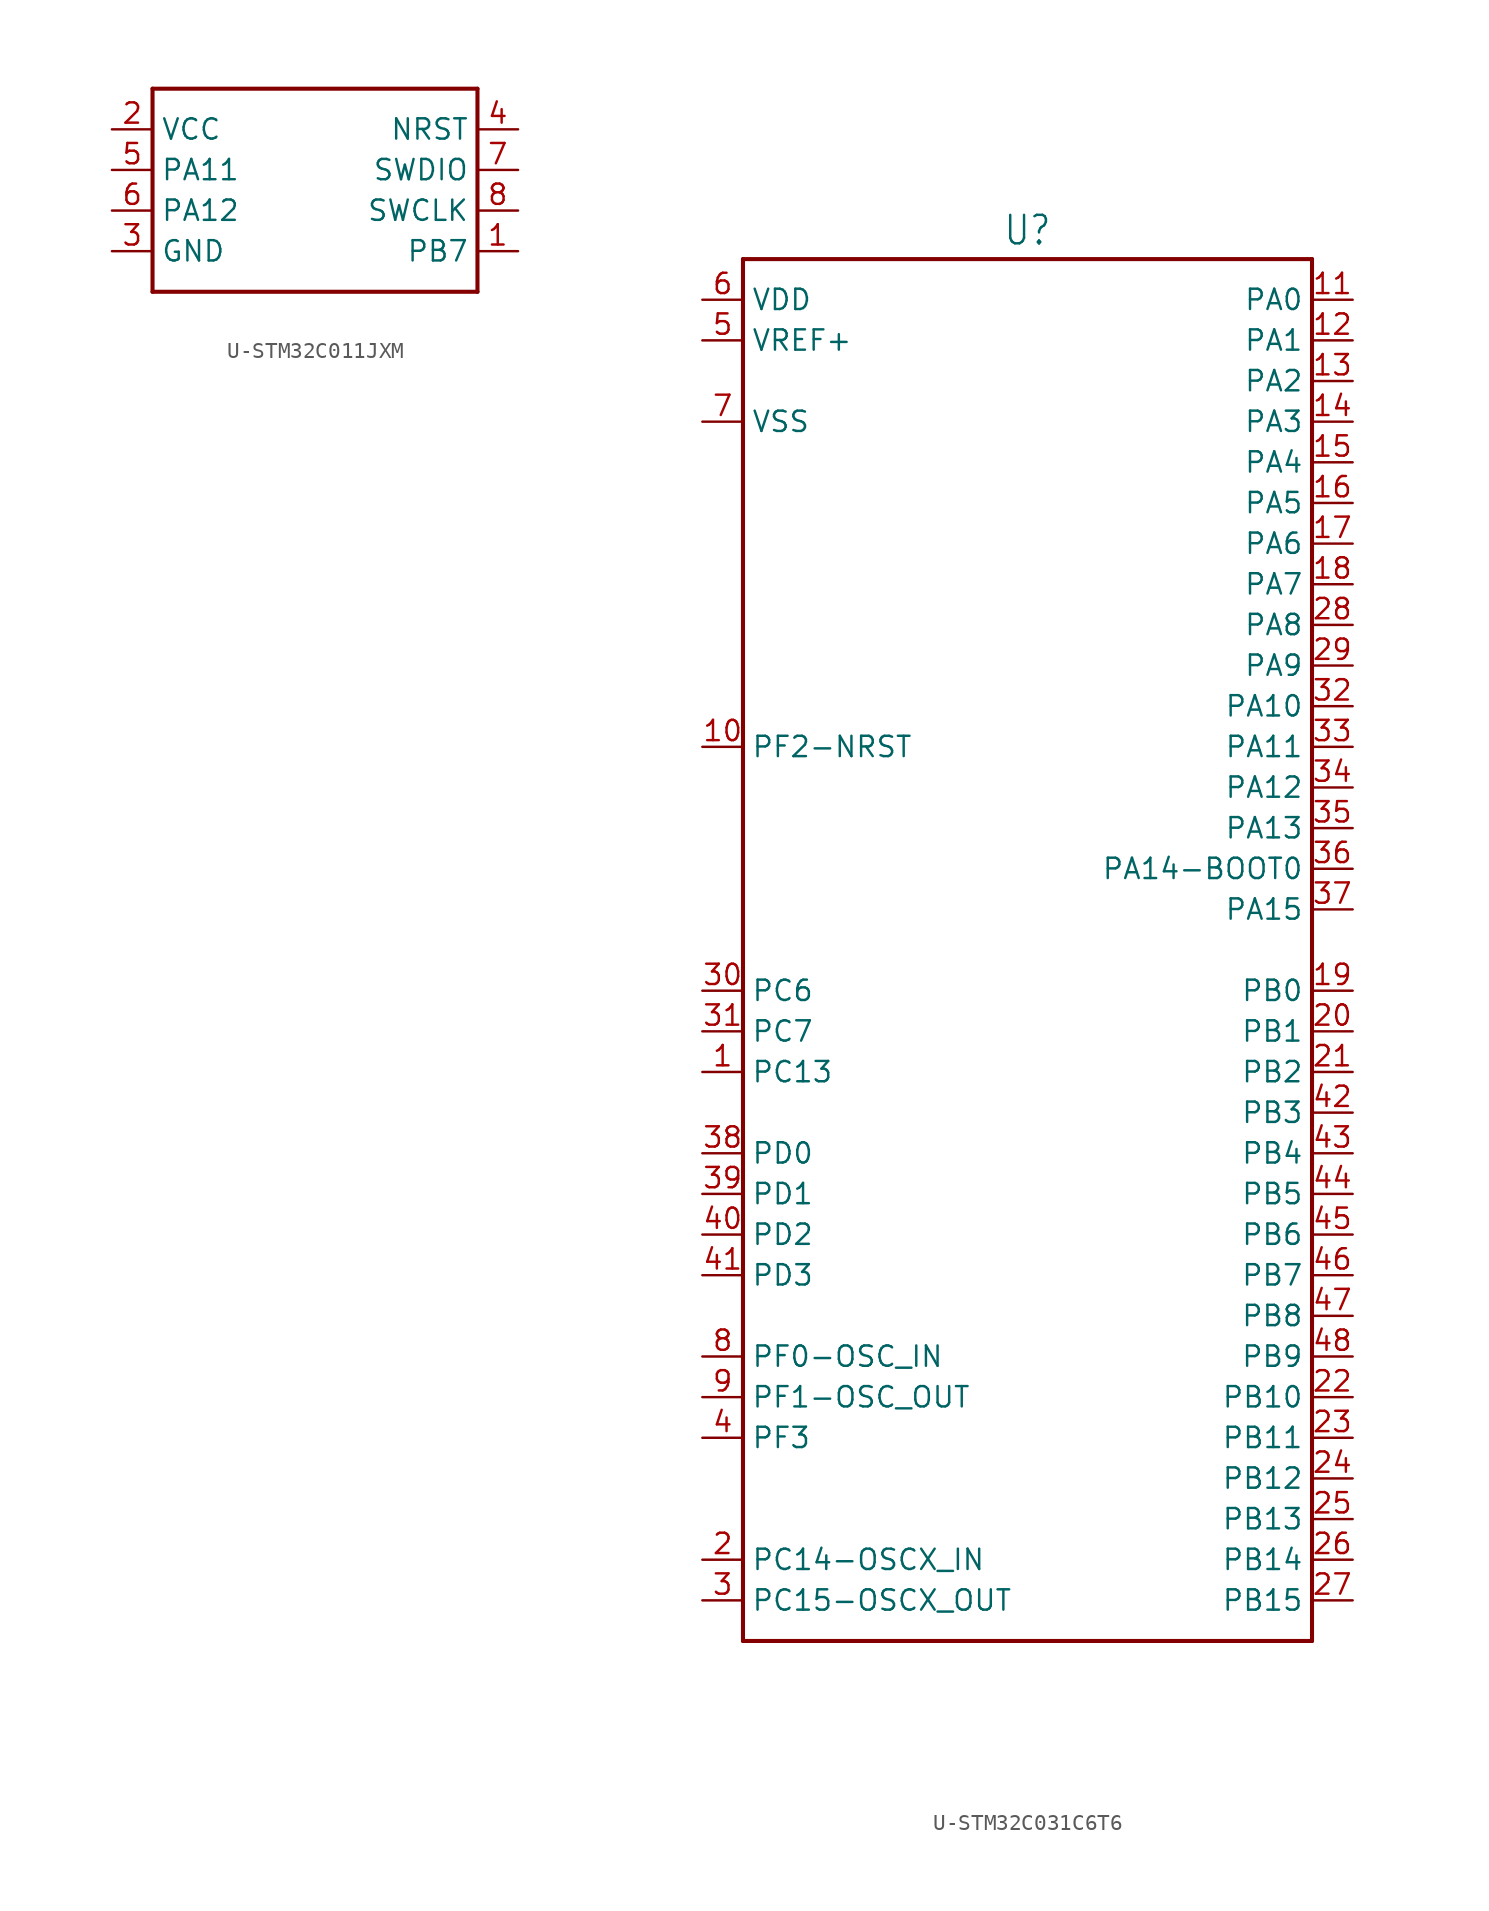
<source format=kicad_sym>
(kicad_symbol_lib
  (version 20231120)
  (generator "kicad_symbol_editor")
  (generator_version "8.0")
  (symbol "U-STM32C011JXM"
    (property "Reference" ""
      (at 0 7.112 0)
      (effects (font (size 1.778 1.511)) (justify bottom) (hide yes)))
    (property "Value" ""
      (at 0 -7.112 0)
      (effects (font (size 1.778 1.511)) (justify top)))
    (property "ki_locked" ""
      (at 0 0 0)
      (effects (font (size 1.27 1.27))))
    (symbol "U-STM32C011JXM_1_0"
      (polyline (pts (xy -10.16 -6.35) (xy 10.16 -6.35)) (stroke (width 0.254) (type solid)) (fill (type none)))
      (polyline (pts (xy -10.16 6.35) (xy -10.16 -6.35)) (stroke (width 0.254) (type solid)) (fill (type none)))
      (polyline (pts (xy 10.16 -6.35) (xy 10.16 6.35)) (stroke (width 0.254) (type solid)) (fill (type none)))
      (polyline (pts (xy 10.16 6.35) (xy -10.16 6.35)) (stroke (width 0.254) (type solid)) (fill (type none)))
      (pin passive line (at 12.7 -3.81 180) (length 2.54) (name "PB7" (effects (font (size 1.27 1.27)))) (number "1" (effects (font (size 1.27 1.27)))))
      (pin passive line (at -12.7 3.81 0) (length 2.54) (name "VCC" (effects (font (size 1.27 1.27)))) (number "2" (effects (font (size 1.27 1.27)))))
      (pin passive line (at -12.7 -3.81 0) (length 2.54) (name "GND" (effects (font (size 1.27 1.27)))) (number "3" (effects (font (size 1.27 1.27)))))
      (pin passive line (at 12.7 3.81 180) (length 2.54) (name "NRST" (effects (font (size 1.27 1.27)))) (number "4" (effects (font (size 1.27 1.27)))))
      (pin passive line (at -12.7 1.27 0) (length 2.54) (name "PA11" (effects (font (size 1.27 1.27)))) (number "5" (effects (font (size 1.27 1.27)))))
      (pin passive line (at -12.7 -1.27 0) (length 2.54) (name "PA12" (effects (font (size 1.27 1.27)))) (number "6" (effects (font (size 1.27 1.27)))))
      (pin passive line (at 12.7 1.27 180) (length 2.54) (name "SWDIO" (effects (font (size 1.27 1.27)))) (number "7" (effects (font (size 1.27 1.27)))))
      (pin passive line (at 12.7 -1.27 180) (length 2.54) (name "SWCLK" (effects (font (size 1.27 1.27)))) (number "8" (effects (font (size 1.27 1.27)))))))
  (symbol "U-STM32C031C6T6"
    (property "Reference" "U"
      (at 0 43.942 0)
      (effects (font (size 1.778 1.511)) (justify bottom)))
    (property "Value" ""
      (at 0 -43.942 0)
      (effects (font (size 1.778 1.511)) (justify top)))
    (property "ki_locked" ""
      (at 0 0 0)
      (effects (font (size 1.27 1.27))))
    (symbol "U-STM32C031C6T6_1_0"
      (polyline (pts (xy -17.78 -43.18) (xy -17.78 43.18)) (stroke (width 0.254) (type solid)) (fill (type none)))
      (polyline (pts (xy -17.78 43.18) (xy 17.78 43.18)) (stroke (width 0.254) (type solid)) (fill (type none)))
      (polyline (pts (xy 17.78 -43.18) (xy -17.78 -43.18)) (stroke (width 0.254) (type solid)) (fill (type none)))
      (polyline (pts (xy 17.78 43.18) (xy 17.78 -43.18)) (stroke (width 0.254) (type solid)) (fill (type none)))
      (pin passive line (at -20.32 -7.62 0) (length 2.54) (name "PC13" (effects (font (size 1.27 1.27)))) (number "1" (effects (font (size 1.27 1.27)))))
      (pin passive line (at -20.32 12.7 0) (length 2.54) (name "PF2-NRST" (effects (font (size 1.27 1.27)))) (number "10" (effects (font (size 1.27 1.27)))))
      (pin passive line (at 20.32 40.64 180) (length 2.54) (name "PA0" (effects (font (size 1.27 1.27)))) (number "11" (effects (font (size 1.27 1.27)))))
      (pin passive line (at 20.32 38.1 180) (length 2.54) (name "PA1" (effects (font (size 1.27 1.27)))) (number "12" (effects (font (size 1.27 1.27)))))
      (pin passive line (at 20.32 35.56 180) (length 2.54) (name "PA2" (effects (font (size 1.27 1.27)))) (number "13" (effects (font (size 1.27 1.27)))))
      (pin passive line (at 20.32 33.02 180) (length 2.54) (name "PA3" (effects (font (size 1.27 1.27)))) (number "14" (effects (font (size 1.27 1.27)))))
      (pin passive line (at 20.32 30.48 180) (length 2.54) (name "PA4" (effects (font (size 1.27 1.27)))) (number "15" (effects (font (size 1.27 1.27)))))
      (pin passive line (at 20.32 27.94 180) (length 2.54) (name "PA5" (effects (font (size 1.27 1.27)))) (number "16" (effects (font (size 1.27 1.27)))))
      (pin passive line (at 20.32 25.4 180) (length 2.54) (name "PA6" (effects (font (size 1.27 1.27)))) (number "17" (effects (font (size 1.27 1.27)))))
      (pin passive line (at 20.32 22.86 180) (length 2.54) (name "PA7" (effects (font (size 1.27 1.27)))) (number "18" (effects (font (size 1.27 1.27)))))
      (pin passive line (at 20.32 -2.54 180) (length 2.54) (name "PB0" (effects (font (size 1.27 1.27)))) (number "19" (effects (font (size 1.27 1.27)))))
      (pin passive line (at -20.32 -38.1 0) (length 2.54) (name "PC14-OSCX_IN" (effects (font (size 1.27 1.27)))) (number "2" (effects (font (size 1.27 1.27)))))
      (pin passive line (at 20.32 -5.08 180) (length 2.54) (name "PB1" (effects (font (size 1.27 1.27)))) (number "20" (effects (font (size 1.27 1.27)))))
      (pin passive line (at 20.32 -7.62 180) (length 2.54) (name "PB2" (effects (font (size 1.27 1.27)))) (number "21" (effects (font (size 1.27 1.27)))))
      (pin passive line (at 20.32 -27.94 180) (length 2.54) (name "PB10" (effects (font (size 1.27 1.27)))) (number "22" (effects (font (size 1.27 1.27)))))
      (pin passive line (at 20.32 -30.48 180) (length 2.54) (name "PB11" (effects (font (size 1.27 1.27)))) (number "23" (effects (font (size 1.27 1.27)))))
      (pin passive line (at 20.32 -33.02 180) (length 2.54) (name "PB12" (effects (font (size 1.27 1.27)))) (number "24" (effects (font (size 1.27 1.27)))))
      (pin passive line (at 20.32 -35.56 180) (length 2.54) (name "PB13" (effects (font (size 1.27 1.27)))) (number "25" (effects (font (size 1.27 1.27)))))
      (pin passive line (at 20.32 -38.1 180) (length 2.54) (name "PB14" (effects (font (size 1.27 1.27)))) (number "26" (effects (font (size 1.27 1.27)))))
      (pin passive line (at 20.32 -40.64 180) (length 2.54) (name "PB15" (effects (font (size 1.27 1.27)))) (number "27" (effects (font (size 1.27 1.27)))))
      (pin passive line (at 20.32 20.32 180) (length 2.54) (name "PA8" (effects (font (size 1.27 1.27)))) (number "28" (effects (font (size 1.27 1.27)))))
      (pin passive line (at 20.32 17.78 180) (length 2.54) (name "PA9" (effects (font (size 1.27 1.27)))) (number "29" (effects (font (size 1.27 1.27)))))
      (pin passive line (at -20.32 -40.64 0) (length 2.54) (name "PC15-OSCX_OUT" (effects (font (size 1.27 1.27)))) (number "3" (effects (font (size 1.27 1.27)))))
      (pin passive line (at -20.32 -2.54 0) (length 2.54) (name "PC6" (effects (font (size 1.27 1.27)))) (number "30" (effects (font (size 1.27 1.27)))))
      (pin passive line (at -20.32 -5.08 0) (length 2.54) (name "PC7" (effects (font (size 1.27 1.27)))) (number "31" (effects (font (size 1.27 1.27)))))
      (pin passive line (at 20.32 15.24 180) (length 2.54) (name "PA10" (effects (font (size 1.27 1.27)))) (number "32" (effects (font (size 1.27 1.27)))))
      (pin passive line (at 20.32 12.7 180) (length 2.54) (name "PA11" (effects (font (size 1.27 1.27)))) (number "33" (effects (font (size 1.27 1.27)))))
      (pin passive line (at 20.32 10.16 180) (length 2.54) (name "PA12" (effects (font (size 1.27 1.27)))) (number "34" (effects (font (size 1.27 1.27)))))
      (pin passive line (at 20.32 7.62 180) (length 2.54) (name "PA13" (effects (font (size 1.27 1.27)))) (number "35" (effects (font (size 1.27 1.27)))))
      (pin passive line (at 20.32 5.08 180) (length 2.54) (name "PA14-BOOT0" (effects (font (size 1.27 1.27)))) (number "36" (effects (font (size 1.27 1.27)))))
      (pin passive line (at 20.32 2.54 180) (length 2.54) (name "PA15" (effects (font (size 1.27 1.27)))) (number "37" (effects (font (size 1.27 1.27)))))
      (pin passive line (at -20.32 -12.7 0) (length 2.54) (name "PD0" (effects (font (size 1.27 1.27)))) (number "38" (effects (font (size 1.27 1.27)))))
      (pin passive line (at -20.32 -15.24 0) (length 2.54) (name "PD1" (effects (font (size 1.27 1.27)))) (number "39" (effects (font (size 1.27 1.27)))))
      (pin passive line (at -20.32 -30.48 0) (length 2.54) (name "PF3" (effects (font (size 1.27 1.27)))) (number "4" (effects (font (size 1.27 1.27)))))
      (pin passive line (at -20.32 -17.78 0) (length 2.54) (name "PD2" (effects (font (size 1.27 1.27)))) (number "40" (effects (font (size 1.27 1.27)))))
      (pin passive line (at -20.32 -20.32 0) (length 2.54) (name "PD3" (effects (font (size 1.27 1.27)))) (number "41" (effects (font (size 1.27 1.27)))))
      (pin passive line (at 20.32 -10.16 180) (length 2.54) (name "PB3" (effects (font (size 1.27 1.27)))) (number "42" (effects (font (size 1.27 1.27)))))
      (pin passive line (at 20.32 -12.7 180) (length 2.54) (name "PB4" (effects (font (size 1.27 1.27)))) (number "43" (effects (font (size 1.27 1.27)))))
      (pin passive line (at 20.32 -15.24 180) (length 2.54) (name "PB5" (effects (font (size 1.27 1.27)))) (number "44" (effects (font (size 1.27 1.27)))))
      (pin passive line (at 20.32 -17.78 180) (length 2.54) (name "PB6" (effects (font (size 1.27 1.27)))) (number "45" (effects (font (size 1.27 1.27)))))
      (pin passive line (at 20.32 -20.32 180) (length 2.54) (name "PB7" (effects (font (size 1.27 1.27)))) (number "46" (effects (font (size 1.27 1.27)))))
      (pin passive line (at 20.32 -22.86 180) (length 2.54) (name "PB8" (effects (font (size 1.27 1.27)))) (number "47" (effects (font (size 1.27 1.27)))))
      (pin passive line (at 20.32 -25.4 180) (length 2.54) (name "PB9" (effects (font (size 1.27 1.27)))) (number "48" (effects (font (size 1.27 1.27)))))
      (pin passive line (at -20.32 38.1 0) (length 2.54) (name "VREF+" (effects (font (size 1.27 1.27)))) (number "5" (effects (font (size 1.27 1.27)))))
      (pin passive line (at -20.32 40.64 0) (length 2.54) (name "VDD" (effects (font (size 1.27 1.27)))) (number "6" (effects (font (size 1.27 1.27)))))
      (pin passive line (at -20.32 33.02 0) (length 2.54) (name "VSS" (effects (font (size 1.27 1.27)))) (number "7" (effects (font (size 1.27 1.27)))))
      (pin passive line (at -20.32 -25.4 0) (length 2.54) (name "PF0-OSC_IN" (effects (font (size 1.27 1.27)))) (number "8" (effects (font (size 1.27 1.27)))))
      (pin passive line (at -20.32 -27.94 0) (length 2.54) (name "PF1-OSC_OUT" (effects (font (size 1.27 1.27)))) (number "9" (effects (font (size 1.27 1.27))))))))
</source>
